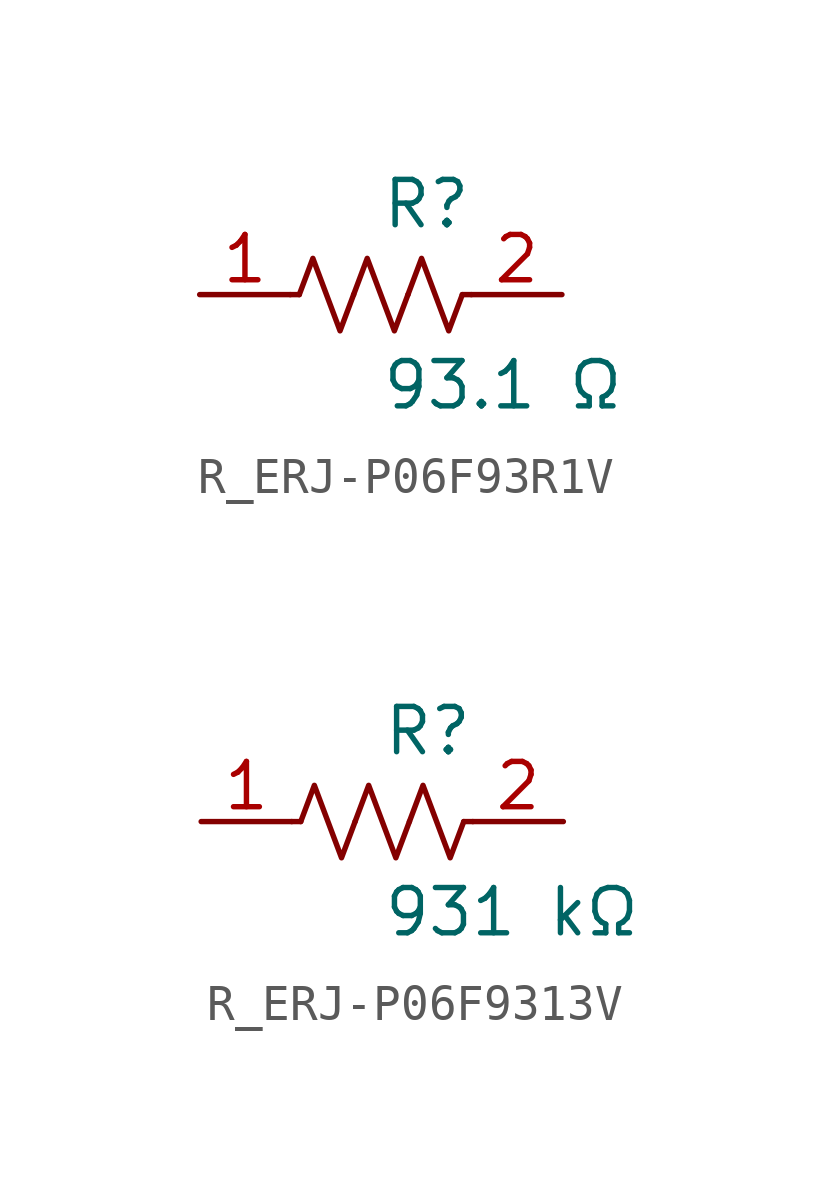
<source format=kicad_sym>
(kicad_symbol_lib
  (version 20231120)
  (generator kicad_symbol_editor)
  (generator_version 8.0)
  (symbol "R_ERJ-P06F93R1V"
    (pin_names
      (offset 0.254))
    (property "Reference" "R"
      (at 0.0 2.54 0)
      (effects (font (size 1.27 1.27)) (justify left)))
    (property "Value" "93.1 Ω"
      (at 0.0 -2.54 0)
      (effects (font (size 1.27 1.27)) (justify left)))
    (symbol "R_ERJ-P06F93R1V_0_1"
      (polyline (pts (xy 2.286 0) (xy 2.54 0)) (stroke (width 0) (type default)) (fill (type none)))
      (polyline (pts (xy -2.286 0) (xy -2.54 0)) (stroke (width 0) (type default)) (fill (type none)))
      (polyline (pts (xy 0.762 0) (xy 1.143 1.016) (xy 1.524 0) (xy 1.905 -1.016) (xy 2.286 0)) (stroke (width 0) (type default)) (fill (type none)))
      (polyline (pts (xy -0.762 0) (xy -0.381 1.016) (xy 0 0) (xy 0.381 -1.016) (xy 0.762 0)) (stroke (width 0) (type default)) (fill (type none)))
      (polyline (pts (xy -2.286 0) (xy -1.905 1.016) (xy -1.524 0) (xy -1.143 -1.016) (xy -0.762 0)) (stroke (width 0) (type default)) (fill (type none))))
    (pin unspecified line
      (at -5.08 0 0)
      (length 2.54)
      (name "" (effects (font (size 1.27 1.27))))
      (number "1" (effects (font (size 1.27 1.27)))))
    (pin unspecified line
      (at 5.08 0 180)
      (length 2.54)
      (name "" (effects (font (size 1.27 1.27))))
      (number "2" (effects (font (size 1.27 1.27))))))
  (symbol "R_ERJ-P06F9313V"
    (pin_names
      (offset 0.254))
    (property "Reference" "R"
      (at 0.0 2.54 0)
      (effects (font (size 1.27 1.27)) (justify left)))
    (property "Value" "931 kΩ"
      (at 0.0 -2.54 0)
      (effects (font (size 1.27 1.27)) (justify left)))
    (symbol "R_ERJ-P06F9313V_0_1"
      (polyline (pts (xy 2.286 0) (xy 2.54 0)) (stroke (width 0) (type default)) (fill (type none)))
      (polyline (pts (xy -2.286 0) (xy -2.54 0)) (stroke (width 0) (type default)) (fill (type none)))
      (polyline (pts (xy 0.762 0) (xy 1.143 1.016) (xy 1.524 0) (xy 1.905 -1.016) (xy 2.286 0)) (stroke (width 0) (type default)) (fill (type none)))
      (polyline (pts (xy -0.762 0) (xy -0.381 1.016) (xy 0 0) (xy 0.381 -1.016) (xy 0.762 0)) (stroke (width 0) (type default)) (fill (type none)))
      (polyline (pts (xy -2.286 0) (xy -1.905 1.016) (xy -1.524 0) (xy -1.143 -1.016) (xy -0.762 0)) (stroke (width 0) (type default)) (fill (type none))))
    (pin unspecified line
      (at -5.08 0 0)
      (length 2.54)
      (name "" (effects (font (size 1.27 1.27))))
      (number "1" (effects (font (size 1.27 1.27)))))
    (pin unspecified line
      (at 5.08 0 180)
      (length 2.54)
      (name "" (effects (font (size 1.27 1.27))))
      (number "2" (effects (font (size 1.27 1.27)))))))
</source>
